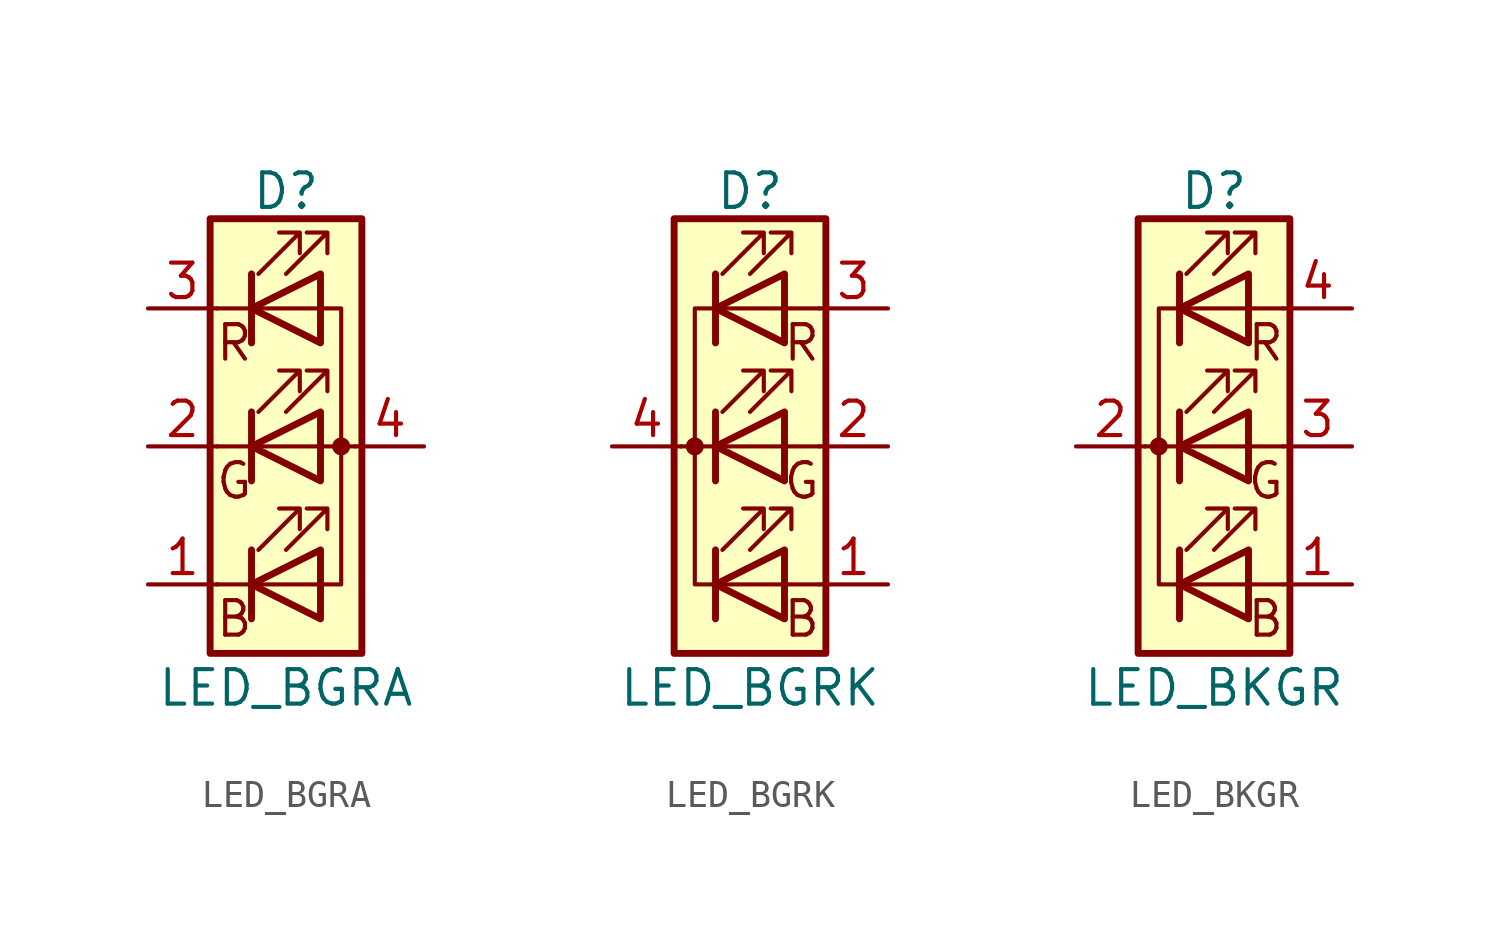
<source format=kicad_sym>
(kicad_symbol_lib
  (version 20241209)
  (generator "kicad_symbol_editor")
  (generator_version "9.0")
  (symbol "LED_BGRA"
    (pin_names
      (offset 0)
      (hide yes))
    (property "Reference" "D"
      (at 0 9.398 0)
      (effects (font (size 1.27 1.27))))
    (property "Value" "LED_BGRA"
      (at 0 -8.89 0)
      (effects (font (size 1.27 1.27))))
    (symbol "LED_BGRA_0_0"
      (text "R" (at -1.905 3.81 0) (effects (font (size 1.27 1.27))))
      (text "G" (at -1.905 -1.27 0) (effects (font (size 1.27 1.27))))
      (text "B" (at -1.905 -6.35 0) (effects (font (size 1.27 1.27)))))
    (symbol "LED_BGRA_0_1"
      (polyline (pts (xy -1.27 6.35) (xy -1.27 3.81)) (stroke (width 0.254) (type solid)) (fill (type none)))
      (polyline (pts (xy -1.27 6.35) (xy -1.27 3.81) (xy -1.27 3.81)) (stroke (width 0) (type solid)) (fill (type none)))
      (polyline (pts (xy -1.27 5.08) (xy -2.54 5.08)) (stroke (width 0) (type solid)) (fill (type none)))
      (polyline (pts (xy -1.27 5.08) (xy 1.27 5.08)) (stroke (width 0) (type solid)) (fill (type none)))
      (polyline (pts (xy -1.27 1.27) (xy -1.27 -1.27)) (stroke (width 0.254) (type solid)) (fill (type none)))
      (polyline (pts (xy -1.27 1.27) (xy -1.27 -1.27) (xy -1.27 -1.27)) (stroke (width 0) (type solid)) (fill (type none)))
      (polyline (pts (xy -1.27 0) (xy -2.54 0)) (stroke (width 0) (type solid)) (fill (type none)))
      (polyline (pts (xy -1.27 -3.81) (xy -1.27 -6.35)) (stroke (width 0.254) (type solid)) (fill (type none)))
      (polyline (pts (xy -1.27 -5.08) (xy -2.54 -5.08)) (stroke (width 0) (type solid)) (fill (type none)))
      (polyline (pts (xy -1.27 -5.08) (xy 1.27 -5.08)) (stroke (width 0) (type solid)) (fill (type none)))
      (polyline (pts (xy -1.016 6.35) (xy 0.508 7.874) (xy -0.254 7.874) (xy 0.508 7.874) (xy 0.508 7.112)) (stroke (width 0) (type solid)) (fill (type none)))
      (polyline (pts (xy -1.016 1.27) (xy 0.508 2.794) (xy -0.254 2.794) (xy 0.508 2.794) (xy 0.508 2.032)) (stroke (width 0) (type solid)) (fill (type none)))
      (polyline (pts (xy -1.016 -3.81) (xy 0.508 -2.286) (xy -0.254 -2.286) (xy 0.508 -2.286) (xy 0.508 -3.048)) (stroke (width 0) (type solid)) (fill (type none)))
      (polyline (pts (xy 0 6.35) (xy 1.524 7.874) (xy 0.762 7.874) (xy 1.524 7.874) (xy 1.524 7.112)) (stroke (width 0) (type solid)) (fill (type none)))
      (polyline (pts (xy 0 1.27) (xy 1.524 2.794) (xy 0.762 2.794) (xy 1.524 2.794) (xy 1.524 2.032)) (stroke (width 0) (type solid)) (fill (type none)))
      (polyline (pts (xy 0 -3.81) (xy 1.524 -2.286) (xy 0.762 -2.286) (xy 1.524 -2.286) (xy 1.524 -3.048)) (stroke (width 0) (type solid)) (fill (type none)))
      (polyline (pts (xy 1.27 6.35) (xy 1.27 3.81) (xy -1.27 5.08) (xy 1.27 6.35)) (stroke (width 0.254) (type solid)) (fill (type none)))
      (rectangle (start 1.27 6.35) (end 1.27 6.35) (stroke (width 0) (type solid)) (fill (type none)))
      (rectangle (start 1.27 3.81) (end 1.27 6.35) (stroke (width 0) (type solid)) (fill (type none)))
      (polyline (pts (xy 1.27 1.27) (xy 1.27 -1.27) (xy -1.27 0) (xy 1.27 1.27)) (stroke (width 0.254) (type solid)) (fill (type none)))
      (rectangle (start 1.27 1.27) (end 1.27 1.27) (stroke (width 0) (type solid)) (fill (type none)))
      (polyline (pts (xy 1.27 0) (xy -1.27 0)) (stroke (width 0) (type solid)) (fill (type none)))
      (polyline (pts (xy 1.27 0) (xy 2.54 0)) (stroke (width 0) (type solid)) (fill (type none)))
      (rectangle (start 1.27 -1.27) (end 1.27 1.27) (stroke (width 0) (type solid)) (fill (type none)))
      (polyline (pts (xy 1.27 -3.81) (xy 1.27 -6.35) (xy -1.27 -5.08) (xy 1.27 -3.81)) (stroke (width 0.254) (type solid)) (fill (type none)))
      (polyline (pts (xy 1.27 -5.08) (xy 2.032 -5.08) (xy 2.032 5.08) (xy 1.27 5.08)) (stroke (width 0) (type solid)) (fill (type none)))
      (circle (center 2.032 0) (radius 0.254) (stroke (width 0) (type solid)) (fill (type outline)))
      (rectangle (start 2.794 8.382) (end -2.794 -7.62) (stroke (width 0.254) (type solid)) (fill (type background))))
    (symbol "LED_BGRA_1_1"
      (pin passive line (at -5.08 5.08 0) (length 2.54) (name "RK" (effects (font (size 1.27 1.27)))) (number "3" (effects (font (size 1.27 1.27)))))
      (pin passive line (at -5.08 0 0) (length 2.54) (name "GK" (effects (font (size 1.27 1.27)))) (number "2" (effects (font (size 1.27 1.27)))))
      (pin passive line (at -5.08 -5.08 0) (length 2.54) (name "BK" (effects (font (size 1.27 1.27)))) (number "1" (effects (font (size 1.27 1.27)))))
      (pin passive line (at 5.08 0 180) (length 2.54) (name "A" (effects (font (size 1.27 1.27)))) (number "4" (effects (font (size 1.27 1.27)))))))
  (symbol "LED_BGRK"
    (pin_names
      (offset 0)
      (hide yes))
    (property "Reference" "D"
      (at 0 9.398 0)
      (effects (font (size 1.27 1.27))))
    (property "Value" "LED_BGRK"
      (at 0 -8.89 0)
      (effects (font (size 1.27 1.27))))
    (symbol "LED_BGRK_0_0"
      (text "R" (at 1.905 3.81 0) (effects (font (size 1.27 1.27))))
      (text "G" (at 1.905 -1.27 0) (effects (font (size 1.27 1.27))))
      (text "B" (at 1.905 -6.35 0) (effects (font (size 1.27 1.27)))))
    (symbol "LED_BGRK_0_1"
      (circle (center -2.032 0) (radius 0.254) (stroke (width 0) (type solid)) (fill (type outline)))
      (polyline (pts (xy -1.27 6.35) (xy -1.27 3.81)) (stroke (width 0.254) (type solid)) (fill (type none)))
      (polyline (pts (xy -1.27 6.35) (xy -1.27 3.81) (xy -1.27 3.81)) (stroke (width 0) (type solid)) (fill (type none)))
      (polyline (pts (xy -1.27 5.08) (xy 1.27 5.08)) (stroke (width 0) (type solid)) (fill (type none)))
      (polyline (pts (xy -1.27 5.08) (xy -2.032 5.08) (xy -2.032 -5.08) (xy -1.016 -5.08)) (stroke (width 0) (type solid)) (fill (type none)))
      (polyline (pts (xy -1.27 1.27) (xy -1.27 -1.27)) (stroke (width 0.254) (type solid)) (fill (type none)))
      (polyline (pts (xy -1.27 1.27) (xy -1.27 -1.27) (xy -1.27 -1.27)) (stroke (width 0) (type solid)) (fill (type none)))
      (polyline (pts (xy -1.27 0) (xy -2.54 0)) (stroke (width 0) (type solid)) (fill (type none)))
      (polyline (pts (xy -1.27 -3.81) (xy -1.27 -6.35)) (stroke (width 0.254) (type solid)) (fill (type none)))
      (polyline (pts (xy -1.27 -5.08) (xy 1.27 -5.08)) (stroke (width 0) (type solid)) (fill (type none)))
      (polyline (pts (xy -1.016 6.35) (xy 0.508 7.874) (xy -0.254 7.874) (xy 0.508 7.874) (xy 0.508 7.112)) (stroke (width 0) (type solid)) (fill (type none)))
      (polyline (pts (xy -1.016 1.27) (xy 0.508 2.794) (xy -0.254 2.794) (xy 0.508 2.794) (xy 0.508 2.032)) (stroke (width 0) (type solid)) (fill (type none)))
      (polyline (pts (xy -1.016 -3.81) (xy 0.508 -2.286) (xy -0.254 -2.286) (xy 0.508 -2.286) (xy 0.508 -3.048)) (stroke (width 0) (type solid)) (fill (type none)))
      (polyline (pts (xy 0 6.35) (xy 1.524 7.874) (xy 0.762 7.874) (xy 1.524 7.874) (xy 1.524 7.112)) (stroke (width 0) (type solid)) (fill (type none)))
      (polyline (pts (xy 0 1.27) (xy 1.524 2.794) (xy 0.762 2.794) (xy 1.524 2.794) (xy 1.524 2.032)) (stroke (width 0) (type solid)) (fill (type none)))
      (polyline (pts (xy 0 -3.81) (xy 1.524 -2.286) (xy 0.762 -2.286) (xy 1.524 -2.286) (xy 1.524 -3.048)) (stroke (width 0) (type solid)) (fill (type none)))
      (polyline (pts (xy 1.27 6.35) (xy 1.27 3.81) (xy -1.27 5.08) (xy 1.27 6.35)) (stroke (width 0.254) (type solid)) (fill (type none)))
      (rectangle (start 1.27 6.35) (end 1.27 6.35) (stroke (width 0) (type solid)) (fill (type none)))
      (polyline (pts (xy 1.27 5.08) (xy 2.54 5.08)) (stroke (width 0) (type solid)) (fill (type none)))
      (rectangle (start 1.27 3.81) (end 1.27 6.35) (stroke (width 0) (type solid)) (fill (type none)))
      (polyline (pts (xy 1.27 1.27) (xy 1.27 -1.27) (xy -1.27 0) (xy 1.27 1.27)) (stroke (width 0.254) (type solid)) (fill (type none)))
      (rectangle (start 1.27 1.27) (end 1.27 1.27) (stroke (width 0) (type solid)) (fill (type none)))
      (polyline (pts (xy 1.27 0) (xy -1.27 0)) (stroke (width 0) (type solid)) (fill (type none)))
      (polyline (pts (xy 1.27 0) (xy 2.54 0)) (stroke (width 0) (type solid)) (fill (type none)))
      (rectangle (start 1.27 -1.27) (end 1.27 1.27) (stroke (width 0) (type solid)) (fill (type none)))
      (polyline (pts (xy 1.27 -3.81) (xy 1.27 -6.35) (xy -1.27 -5.08) (xy 1.27 -3.81)) (stroke (width 0.254) (type solid)) (fill (type none)))
      (polyline (pts (xy 1.27 -5.08) (xy 2.54 -5.08)) (stroke (width 0) (type solid)) (fill (type none)))
      (rectangle (start 2.794 8.382) (end -2.794 -7.62) (stroke (width 0.254) (type solid)) (fill (type background))))
    (symbol "LED_BGRK_1_1"
      (pin passive line (at -5.08 0 0) (length 2.54) (name "K" (effects (font (size 1.27 1.27)))) (number "4" (effects (font (size 1.27 1.27)))))
      (pin passive line (at 5.08 5.08 180) (length 2.54) (name "RA" (effects (font (size 1.27 1.27)))) (number "3" (effects (font (size 1.27 1.27)))))
      (pin passive line (at 5.08 0 180) (length 2.54) (name "GA" (effects (font (size 1.27 1.27)))) (number "2" (effects (font (size 1.27 1.27)))))
      (pin passive line (at 5.08 -5.08 180) (length 2.54) (name "BA" (effects (font (size 1.27 1.27)))) (number "1" (effects (font (size 1.27 1.27)))))))
  (symbol "LED_BKGR"
    (pin_names
      (offset 0)
      (hide yes))
    (property "Reference" "D"
      (at 0 9.398 0)
      (effects (font (size 1.27 1.27))))
    (property "Value" "LED_BKGR"
      (at 0 -8.89 0)
      (effects (font (size 1.27 1.27))))
    (symbol "LED_BKGR_0_0"
      (text "R" (at 1.905 3.81 0) (effects (font (size 1.27 1.27))))
      (text "G" (at 1.905 -1.27 0) (effects (font (size 1.27 1.27))))
      (text "B" (at 1.905 -6.35 0) (effects (font (size 1.27 1.27)))))
    (symbol "LED_BKGR_0_1"
      (circle (center -2.032 0) (radius 0.254) (stroke (width 0) (type solid)) (fill (type outline)))
      (polyline (pts (xy -1.27 6.35) (xy -1.27 3.81)) (stroke (width 0.254) (type solid)) (fill (type none)))
      (polyline (pts (xy -1.27 6.35) (xy -1.27 3.81) (xy -1.27 3.81)) (stroke (width 0) (type solid)) (fill (type none)))
      (polyline (pts (xy -1.27 5.08) (xy 1.27 5.08)) (stroke (width 0) (type solid)) (fill (type none)))
      (polyline (pts (xy -1.27 5.08) (xy -2.032 5.08) (xy -2.032 -5.08) (xy -1.016 -5.08)) (stroke (width 0) (type solid)) (fill (type none)))
      (polyline (pts (xy -1.27 1.27) (xy -1.27 -1.27)) (stroke (width 0.254) (type solid)) (fill (type none)))
      (polyline (pts (xy -1.27 1.27) (xy -1.27 -1.27) (xy -1.27 -1.27)) (stroke (width 0) (type solid)) (fill (type none)))
      (polyline (pts (xy -1.27 0) (xy -2.54 0)) (stroke (width 0) (type solid)) (fill (type none)))
      (polyline (pts (xy -1.27 -3.81) (xy -1.27 -6.35)) (stroke (width 0.254) (type solid)) (fill (type none)))
      (polyline (pts (xy -1.27 -5.08) (xy 1.27 -5.08)) (stroke (width 0) (type solid)) (fill (type none)))
      (polyline (pts (xy -1.016 6.35) (xy 0.508 7.874) (xy -0.254 7.874) (xy 0.508 7.874) (xy 0.508 7.112)) (stroke (width 0) (type solid)) (fill (type none)))
      (polyline (pts (xy -1.016 1.27) (xy 0.508 2.794) (xy -0.254 2.794) (xy 0.508 2.794) (xy 0.508 2.032)) (stroke (width 0) (type solid)) (fill (type none)))
      (polyline (pts (xy -1.016 -3.81) (xy 0.508 -2.286) (xy -0.254 -2.286) (xy 0.508 -2.286) (xy 0.508 -3.048)) (stroke (width 0) (type solid)) (fill (type none)))
      (polyline (pts (xy 0 6.35) (xy 1.524 7.874) (xy 0.762 7.874) (xy 1.524 7.874) (xy 1.524 7.112)) (stroke (width 0) (type solid)) (fill (type none)))
      (polyline (pts (xy 0 1.27) (xy 1.524 2.794) (xy 0.762 2.794) (xy 1.524 2.794) (xy 1.524 2.032)) (stroke (width 0) (type solid)) (fill (type none)))
      (polyline (pts (xy 0 -3.81) (xy 1.524 -2.286) (xy 0.762 -2.286) (xy 1.524 -2.286) (xy 1.524 -3.048)) (stroke (width 0) (type solid)) (fill (type none)))
      (polyline (pts (xy 1.27 6.35) (xy 1.27 3.81) (xy -1.27 5.08) (xy 1.27 6.35)) (stroke (width 0.254) (type solid)) (fill (type none)))
      (rectangle (start 1.27 6.35) (end 1.27 6.35) (stroke (width 0) (type solid)) (fill (type none)))
      (polyline (pts (xy 1.27 5.08) (xy 2.54 5.08)) (stroke (width 0) (type solid)) (fill (type none)))
      (rectangle (start 1.27 3.81) (end 1.27 6.35) (stroke (width 0) (type solid)) (fill (type none)))
      (polyline (pts (xy 1.27 1.27) (xy 1.27 -1.27) (xy -1.27 0) (xy 1.27 1.27)) (stroke (width 0.254) (type solid)) (fill (type none)))
      (rectangle (start 1.27 1.27) (end 1.27 1.27) (stroke (width 0) (type solid)) (fill (type none)))
      (polyline (pts (xy 1.27 0) (xy -1.27 0)) (stroke (width 0) (type solid)) (fill (type none)))
      (polyline (pts (xy 1.27 0) (xy 2.54 0)) (stroke (width 0) (type solid)) (fill (type none)))
      (rectangle (start 1.27 -1.27) (end 1.27 1.27) (stroke (width 0) (type solid)) (fill (type none)))
      (polyline (pts (xy 1.27 -3.81) (xy 1.27 -6.35) (xy -1.27 -5.08) (xy 1.27 -3.81)) (stroke (width 0.254) (type solid)) (fill (type none)))
      (polyline (pts (xy 1.27 -5.08) (xy 2.54 -5.08)) (stroke (width 0) (type solid)) (fill (type none)))
      (rectangle (start 2.794 8.382) (end -2.794 -7.62) (stroke (width 0.254) (type solid)) (fill (type background))))
    (symbol "LED_BKGR_1_1"
      (pin passive line (at -5.08 0 0) (length 2.54) (name "K" (effects (font (size 1.27 1.27)))) (number "2" (effects (font (size 1.27 1.27)))))
      (pin passive line (at 5.08 5.08 180) (length 2.54) (name "RA" (effects (font (size 1.27 1.27)))) (number "4" (effects (font (size 1.27 1.27)))))
      (pin passive line (at 5.08 0 180) (length 2.54) (name "GA" (effects (font (size 1.27 1.27)))) (number "3" (effects (font (size 1.27 1.27)))))
      (pin passive line (at 5.08 -5.08 180) (length 2.54) (name "BA" (effects (font (size 1.27 1.27)))) (number "1" (effects (font (size 1.27 1.27))))))))
</source>
